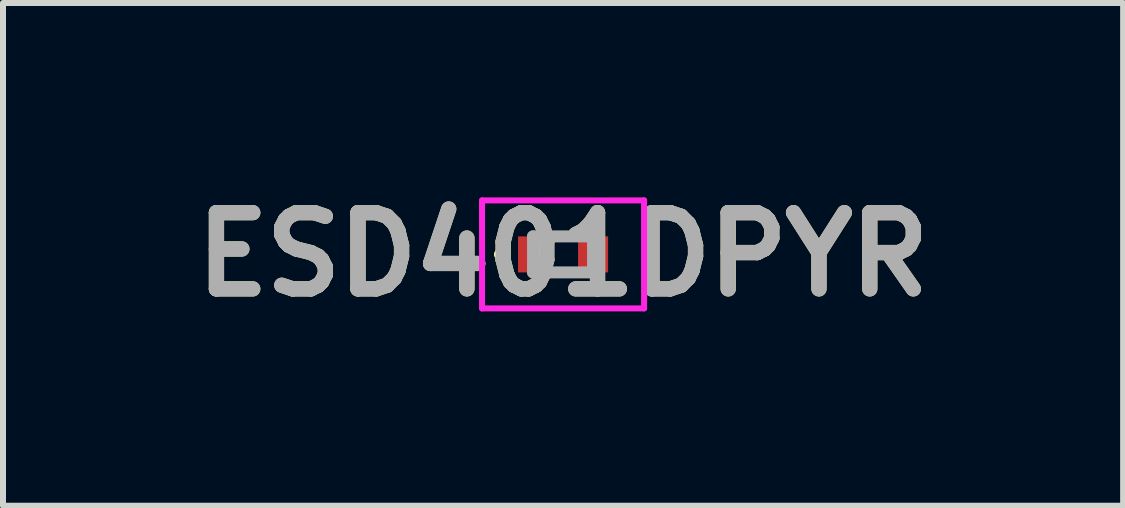
<source format=kicad_pcb>
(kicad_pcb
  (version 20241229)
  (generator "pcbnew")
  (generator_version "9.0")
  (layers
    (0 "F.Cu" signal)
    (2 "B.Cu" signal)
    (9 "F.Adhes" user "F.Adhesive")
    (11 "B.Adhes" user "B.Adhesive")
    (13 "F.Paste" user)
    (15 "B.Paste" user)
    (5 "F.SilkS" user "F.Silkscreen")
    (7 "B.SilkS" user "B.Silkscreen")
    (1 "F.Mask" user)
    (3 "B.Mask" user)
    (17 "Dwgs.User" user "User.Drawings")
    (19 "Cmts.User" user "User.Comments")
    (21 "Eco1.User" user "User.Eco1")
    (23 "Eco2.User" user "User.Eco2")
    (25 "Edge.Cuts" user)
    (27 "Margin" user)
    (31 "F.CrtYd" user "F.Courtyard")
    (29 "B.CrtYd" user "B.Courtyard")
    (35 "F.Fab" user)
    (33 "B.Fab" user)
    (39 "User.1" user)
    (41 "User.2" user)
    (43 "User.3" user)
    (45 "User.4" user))
  (footprint "ESD401DPYR"
    (layer "F.Cu")
    (at 6.332 1.189)
    (property "Reference" "ESD401DPYR" (at 0 0 0) (layer "F.SilkS") (effects (font (size 1.27 1.27) (thickness 0.254))))
    (attr smd)
    (fp_line (start -1.1 0) (end -1.1 0) (stroke (width 0.1) (type solid)) (layer "F.SilkS"))
    (fp_line (start -1 0) (end -1 0) (stroke (width 0.1) (type solid)) (layer "F.SilkS"))
    (fp_arc (start -1.1 0) (mid -1.05 -0.05) (end -1 0) (stroke (width 0.1) (type solid)) (layer "F.SilkS"))
    (fp_arc (start -1 0) (mid -1.05 0.05) (end -1.1 0) (stroke (width 0.1) (type solid)) (layer "F.SilkS"))
    (fp_line (start -1.35 -0.9) (end 1.35 -0.9) (stroke (width 0.1) (type solid)) (layer "F.CrtYd"))
    (fp_line (start -1.35 0.9) (end -1.35 -0.9) (stroke (width 0.1) (type solid)) (layer "F.CrtYd"))
    (fp_line (start 1.35 -0.9) (end 1.35 0.9) (stroke (width 0.1) (type solid)) (layer "F.CrtYd"))
    (fp_line (start 1.35 0.9) (end -1.35 0.9) (stroke (width 0.1) (type solid)) (layer "F.CrtYd"))
    (fp_line (start -0.5 -0.3) (end 0.5 -0.3) (stroke (width 0.2) (type solid)) (layer "F.Fab"))
    (fp_line (start -0.5 0.3) (end -0.5 -0.3) (stroke (width 0.2) (type solid)) (layer "F.Fab"))
    (fp_line (start 0.5 -0.3) (end 0.5 0.3) (stroke (width 0.2) (type solid)) (layer "F.Fab"))
    (fp_line (start 0.5 0.3) (end -0.5 0.3) (stroke (width 0.2) (type solid)) (layer "F.Fab"))
    (fp_text user "${REFERENCE}" (at 0 0 0) (layer "F.Fab") (effects (font (size 1.27 1.27) (thickness 0.254))))
    (pad "1" smd rect (at -0.5 0) (size 0.5 0.6) (layers "F.Cu" "F.Mask" "F.Paste"))
    (pad "2" smd rect (at 0.5 0) (size 0.5 0.6) (layers "F.Cu" "F.Mask" "F.Paste")))
  (gr_rect
    (start -3 -3)
    (end 15.664 5.377)
    (stroke (width 0.1) (type default))
    (fill no)
    (layer "Edge.Cuts")))
</source>
